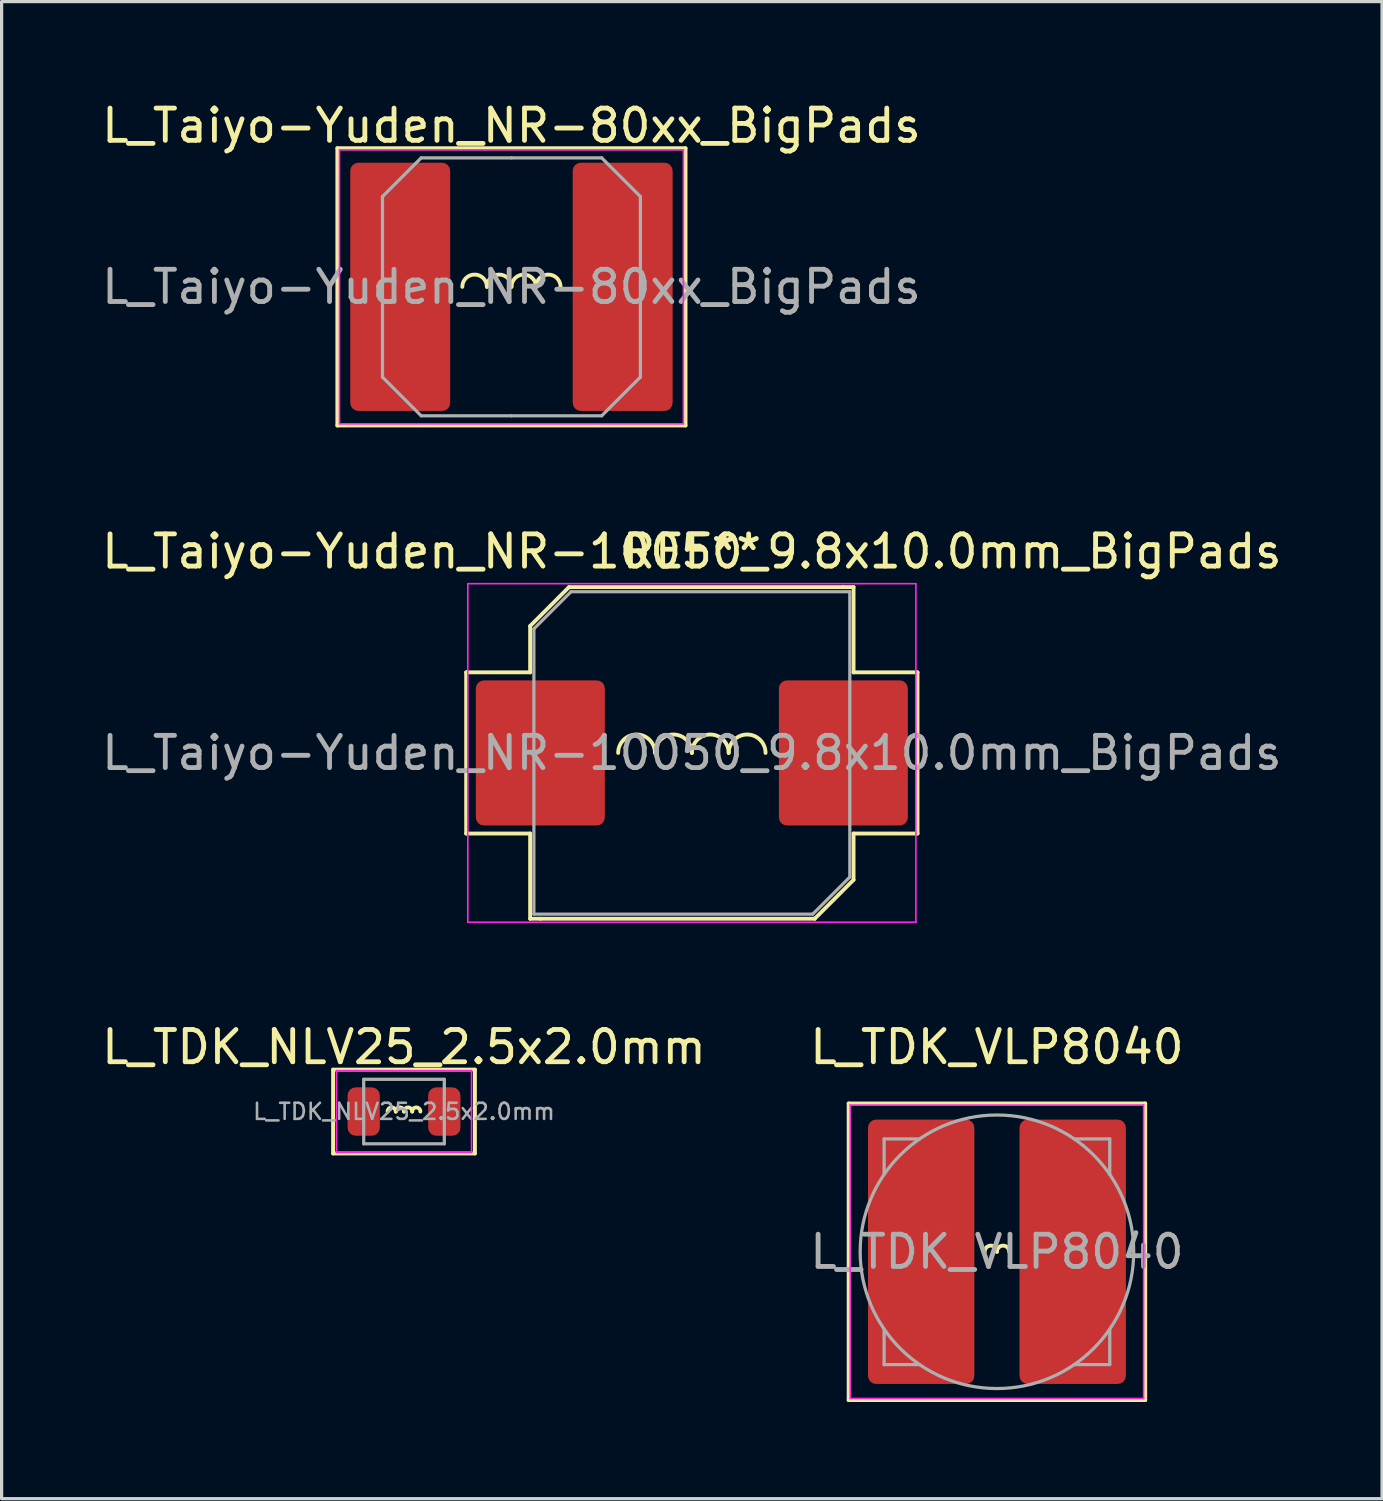
<source format=kicad_pcb>
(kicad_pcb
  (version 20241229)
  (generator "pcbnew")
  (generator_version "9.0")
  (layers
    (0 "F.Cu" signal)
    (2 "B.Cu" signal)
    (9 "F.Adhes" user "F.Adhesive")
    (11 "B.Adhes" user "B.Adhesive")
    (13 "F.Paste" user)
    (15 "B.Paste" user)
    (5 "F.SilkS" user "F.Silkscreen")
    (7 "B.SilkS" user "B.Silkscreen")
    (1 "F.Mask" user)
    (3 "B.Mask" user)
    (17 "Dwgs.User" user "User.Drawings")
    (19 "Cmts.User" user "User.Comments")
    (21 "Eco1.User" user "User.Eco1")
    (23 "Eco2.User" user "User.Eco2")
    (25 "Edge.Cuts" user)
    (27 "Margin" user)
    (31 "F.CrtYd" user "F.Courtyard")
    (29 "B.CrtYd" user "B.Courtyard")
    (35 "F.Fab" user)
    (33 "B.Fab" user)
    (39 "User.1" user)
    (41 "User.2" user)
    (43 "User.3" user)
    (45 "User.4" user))
  (footprint "L_TDK_VLP8040"
    (layer "F.Cu")
    (at 27.875 35.78)
    (property "Reference" "L_TDK_VLP8040" (at 0 -6.35 0) (layer "F.SilkS") (effects (font (size 1 1) (thickness 0.15))))
    (attr smd)
    (fp_line (start -4.6 -4.6) (end -4.6 4.6) (stroke (width 0.12) (type solid)) (layer "F.SilkS"))
    (fp_line (start -4.6 4.6) (end 4.6 4.6) (stroke (width 0.12) (type solid)) (layer "F.SilkS"))
    (fp_line (start 4.6 -4.6) (end -4.6 -4.6) (stroke (width 0.12) (type solid)) (layer "F.SilkS"))
    (fp_line (start 4.6 4.6) (end 4.6 -4.6) (stroke (width 0.12) (type solid)) (layer "F.SilkS"))
    (fp_arc (start -0.381 0) (mid -0.1905 -0.1905) (end 0 0) (stroke (width 0.12) (type solid)) (layer "F.SilkS"))
    (fp_arc (start 0 0) (mid 0.1905 -0.1905) (end 0.381 0) (stroke (width 0.12) (type solid)) (layer "F.SilkS"))
    (fp_line (start -4.55 -4.55) (end -4.55 4.55) (stroke (width 0.05) (type solid)) (layer "F.CrtYd"))
    (fp_line (start -4.55 4.55) (end 4.55 4.55) (stroke (width 0.05) (type solid)) (layer "F.CrtYd"))
    (fp_line (start 4.55 -4.55) (end -4.55 -4.55) (stroke (width 0.05) (type solid)) (layer "F.CrtYd"))
    (fp_line (start 4.55 4.55) (end 4.55 -4.55) (stroke (width 0.05) (type solid)) (layer "F.CrtYd"))
    (fp_line (start -3.5 -3.5) (end -2.4 -3.5) (stroke (width 0.1) (type solid)) (layer "F.Fab"))
    (fp_line (start -3.5 -2.4) (end -3.5 -3.5) (stroke (width 0.1) (type solid)) (layer "F.Fab"))
    (fp_line (start -3.5 2.4) (end -3.5 3.5) (stroke (width 0.1) (type solid)) (layer "F.Fab"))
    (fp_line (start -3.5 3.5) (end -2.4 3.5) (stroke (width 0.1) (type solid)) (layer "F.Fab"))
    (fp_line (start 3.5 -3.5) (end 2.4 -3.5) (stroke (width 0.1) (type solid)) (layer "F.Fab"))
    (fp_line (start 3.5 -3.5) (end 3.5 -2.4) (stroke (width 0.1) (type solid)) (layer "F.Fab"))
    (fp_line (start 3.5 2.4) (end 3.5 3.5) (stroke (width 0.1) (type solid)) (layer "F.Fab"))
    (fp_line (start 3.5 3.5) (end 2.4 3.5) (stroke (width 0.1) (type solid)) (layer "F.Fab"))
    (fp_circle (center 0 0) (end 3 3) (stroke (width 0.1) (type solid)) (fill no) (layer "F.Fab"))
    (fp_text user "${REFERENCE}" (at 0 0 0) (layer "F.Fab") (effects (font (size 1 1) (thickness 0.15))))
    (pad "1" smd roundrect (at -2.35 0) (size 3.3 8.2) (layers "F.Cu" "F.Mask" "F.Paste") (roundrect_rratio 0.076))
    (pad "2" smd roundrect (at 2.35 0) (size 3.3 8.2) (layers "F.Cu" "F.Mask" "F.Paste") (roundrect_rratio 0.076)))
  (footprint "L_Taiyo-Yuden_NR-10050_9.8x10.0mm_BigPads"
    (layer "F.Cu")
    (at 18.411 20.306)
    (property "Reference" "L_Taiyo-Yuden_NR-10050_9.8x10.0mm_BigPads" (at 0 -6.25 0) (layer "F.SilkS") (effects (font (size 1 1) (thickness 0.15))))
    (attr smd)
    (fp_line (start -7 -2.5) (end -7 2.5) (stroke (width 0.12) (type solid)) (layer "F.SilkS"))
    (fp_line (start -7 2.5) (end -5.016 2.5) (stroke (width 0.12) (type solid)) (layer "F.SilkS"))
    (fp_line (start -5.016 -3.937) (end -5.016 -2.5) (stroke (width 0.12) (type solid)) (layer "F.SilkS"))
    (fp_line (start -5.016 -2.5) (end -7 -2.5) (stroke (width 0.12) (type solid)) (layer "F.SilkS"))
    (fp_line (start -5.016 5.144) (end -5.016 2.5) (stroke (width 0.12) (type solid)) (layer "F.SilkS"))
    (fp_line (start -4.699 5.144) (end -5.016 5.144) (stroke (width 0.12) (type solid)) (layer "F.SilkS"))
    (fp_line (start -4.699 5.144) (end 3.81 5.144) (stroke (width 0.12) (type solid)) (layer "F.SilkS"))
    (fp_line (start -3.81 -5.144) (end -5.016 -3.937) (stroke (width 0.12) (type solid)) (layer "F.SilkS"))
    (fp_line (start 3.81 5.144) (end 5.016 3.937) (stroke (width 0.12) (type solid)) (layer "F.SilkS"))
    (fp_line (start 4.699 -5.144) (end -3.81 -5.144) (stroke (width 0.12) (type solid)) (layer "F.SilkS"))
    (fp_line (start 4.699 -5.144) (end 5.016 -5.144) (stroke (width 0.12) (type solid)) (layer "F.SilkS"))
    (fp_line (start 5.016 -5.144) (end 5.016 -2.5) (stroke (width 0.12) (type solid)) (layer "F.SilkS"))
    (fp_line (start 5.016 -2.5) (end 7 -2.5) (stroke (width 0.12) (type solid)) (layer "F.SilkS"))
    (fp_line (start 5.016 3.937) (end 5.016 2.5) (stroke (width 0.12) (type solid)) (layer "F.SilkS"))
    (fp_line (start 7 -2.5) (end 7 2.5) (stroke (width 0.12) (type solid)) (layer "F.SilkS"))
    (fp_line (start 7 2.5) (end 5.016 2.5) (stroke (width 0.12) (type solid)) (layer "F.SilkS"))
    (fp_arc (start -2.286 0) (mid -1.7145 -0.5715) (end -1.143 0) (stroke (width 0.12) (type solid)) (layer "F.SilkS"))
    (fp_arc (start -1.143 0) (mid -0.5715 -0.5715) (end 0 0) (stroke (width 0.12) (type solid)) (layer "F.SilkS"))
    (fp_arc (start 0 0) (mid 0.5715 -0.5715) (end 1.143 0) (stroke (width 0.12) (type solid)) (layer "F.SilkS"))
    (fp_arc (start 1.143 0) (mid 1.7145 -0.5715) (end 2.286 0) (stroke (width 0.12) (type solid)) (layer "F.SilkS"))
    (fp_line (start -6.95 -5.25) (end -6.95 5.25) (stroke (width 0.05) (type solid)) (layer "F.CrtYd"))
    (fp_line (start -6.95 5.25) (end 6.95 5.25) (stroke (width 0.05) (type solid)) (layer "F.CrtYd"))
    (fp_line (start 6.95 -5.25) (end -6.95 -5.25) (stroke (width 0.05) (type solid)) (layer "F.CrtYd"))
    (fp_line (start 6.95 5.25) (end 6.95 -5.25) (stroke (width 0.05) (type solid)) (layer "F.CrtYd"))
    (fp_line (start -4.9 -3.85) (end -4.9 5) (stroke (width 0.1) (type solid)) (layer "F.Fab"))
    (fp_line (start -4.9 -3.85) (end -3.75 -5) (stroke (width 0.1) (type solid)) (layer "F.Fab"))
    (fp_line (start -4.9 5) (end 3.75 5) (stroke (width 0.1) (type solid)) (layer "F.Fab"))
    (fp_line (start 3.75 5) (end 4.9 3.85) (stroke (width 0.1) (type solid)) (layer "F.Fab"))
    (fp_line (start 4.9 -5) (end -3.75 -5) (stroke (width 0.1) (type solid)) (layer "F.Fab"))
    (fp_line (start 4.9 3.85) (end 4.9 -5) (stroke (width 0.1) (type solid)) (layer "F.Fab"))
    (fp_text user "REF**" (at 0 -6.25 0) (layer "F.SilkS") (effects (font (size 1 1) (thickness 0.15))))
    (fp_text user "${REFERENCE}" (at 0 0 0) (layer "F.Fab") (effects (font (size 1 1) (thickness 0.15))))
    (pad "1" smd roundrect (at -4.7 0) (size 4 4.5) (layers "F.Cu" "F.Mask" "F.Paste") (roundrect_rratio 0.062))
    (pad "2" smd roundrect (at 4.7 0) (size 4 4.5) (layers "F.Cu" "F.Mask" "F.Paste") (roundrect_rratio 0.062)))
  (footprint "L_Taiyo-Yuden_NR-80xx_BigPads"
    (layer "F.Cu")
    (at 12.815 5.848)
    (property "Reference" "L_Taiyo-Yuden_NR-80xx_BigPads" (at 0 -5 0) (layer "F.SilkS") (effects (font (size 1 1) (thickness 0.15))))
    (attr smd)
    (fp_line (start -5.4 -4.3) (end -5.4 4.3) (stroke (width 0.12) (type solid)) (layer "F.SilkS"))
    (fp_line (start -5.4 4.3) (end 5.4 4.3) (stroke (width 0.12) (type solid)) (layer "F.SilkS"))
    (fp_line (start 5.4 -4.3) (end -5.4 -4.3) (stroke (width 0.12) (type solid)) (layer "F.SilkS"))
    (fp_line (start 5.4 4.3) (end 5.4 -4.3) (stroke (width 0.12) (type solid)) (layer "F.SilkS"))
    (fp_arc (start -1.524 0) (mid -1.143 -0.381) (end -0.762 0) (stroke (width 0.12) (type solid)) (layer "F.SilkS"))
    (fp_arc (start -0.762 0) (mid -0.381 -0.381) (end 0 0) (stroke (width 0.12) (type solid)) (layer "F.SilkS"))
    (fp_arc (start 0 0) (mid 0.381 -0.381) (end 0.762 0) (stroke (width 0.12) (type solid)) (layer "F.SilkS"))
    (fp_arc (start 0.762 0) (mid 1.143 -0.381) (end 1.524 0) (stroke (width 0.12) (type solid)) (layer "F.SilkS"))
    (fp_line (start -5.334 -4.25) (end -5.334 4.25) (stroke (width 0.05) (type solid)) (layer "F.CrtYd"))
    (fp_line (start -5.334 4.25) (end 5.334 4.25) (stroke (width 0.05) (type solid)) (layer "F.CrtYd"))
    (fp_line (start 5.334 -4.25) (end -5.334 -4.25) (stroke (width 0.05) (type solid)) (layer "F.CrtYd"))
    (fp_line (start 5.334 4.25) (end 5.334 -4.25) (stroke (width 0.05) (type solid)) (layer "F.CrtYd"))
    (fp_line (start -4 -2.8) (end -2.8 -4) (stroke (width 0.1) (type solid)) (layer "F.Fab"))
    (fp_line (start -4 0) (end -4 -2.8) (stroke (width 0.1) (type solid)) (layer "F.Fab"))
    (fp_line (start -4 0) (end -4 2.8) (stroke (width 0.1) (type solid)) (layer "F.Fab"))
    (fp_line (start -4 2.8) (end -2.8 4) (stroke (width 0.1) (type solid)) (layer "F.Fab"))
    (fp_line (start -2.8 -4) (end 0 -4) (stroke (width 0.1) (type solid)) (layer "F.Fab"))
    (fp_line (start -2.8 4) (end 0 4) (stroke (width 0.1) (type solid)) (layer "F.Fab"))
    (fp_line (start 2.8 -4) (end 0 -4) (stroke (width 0.1) (type solid)) (layer "F.Fab"))
    (fp_line (start 2.8 4) (end 0 4) (stroke (width 0.1) (type solid)) (layer "F.Fab"))
    (fp_line (start 4 -2.8) (end 2.8 -4) (stroke (width 0.1) (type solid)) (layer "F.Fab"))
    (fp_line (start 4 0) (end 4 -2.8) (stroke (width 0.1) (type solid)) (layer "F.Fab"))
    (fp_line (start 4 0) (end 4 2.8) (stroke (width 0.1) (type solid)) (layer "F.Fab"))
    (fp_line (start 4 2.8) (end 2.8 4) (stroke (width 0.1) (type solid)) (layer "F.Fab"))
    (fp_text user "${REFERENCE}" (at 0 0 0) (layer "F.Fab") (effects (font (size 1 1) (thickness 0.15))))
    (pad "1" smd roundrect (at -3.45 0) (size 3.1 7.7) (layers "F.Cu" "F.Mask" "F.Paste") (roundrect_rratio 0.081))
    (pad "2" smd roundrect (at 3.45 0) (size 3.1 7.7) (layers "F.Cu" "F.Mask" "F.Paste") (roundrect_rratio 0.081)))
  (footprint "L_TDK_NLV25_2.5x2.0mm"
    (layer "F.Cu")
    (at 9.482 31.43)
    (property "Reference" "L_TDK_NLV25_2.5x2.0mm" (at 0 -2 0) (layer "F.SilkS") (effects (font (size 1 1) (thickness 0.15))))
    (attr smd)
    (fp_line (start -2.2 -1.3) (end -2.2 1.3) (stroke (width 0.12) (type solid)) (layer "F.SilkS"))
    (fp_line (start -2.2 1.3) (end 2.2 1.3) (stroke (width 0.12) (type solid)) (layer "F.SilkS"))
    (fp_line (start 2.2 -1.3) (end -2.2 -1.3) (stroke (width 0.12) (type solid)) (layer "F.SilkS"))
    (fp_line (start 2.2 1.3) (end 2.2 -1.3) (stroke (width 0.12) (type solid)) (layer "F.SilkS"))
    (fp_arc (start -0.508 0) (mid -0.381 -0.127) (end -0.254 0) (stroke (width 0.12) (type solid)) (layer "F.SilkS"))
    (fp_arc (start -0.254 0) (mid -0.127 -0.127) (end 0 0) (stroke (width 0.12) (type solid)) (layer "F.SilkS"))
    (fp_arc (start 0 0) (mid 0.127 -0.127) (end 0.254 0) (stroke (width 0.12) (type solid)) (layer "F.SilkS"))
    (fp_arc (start 0.254 0) (mid 0.381 -0.127) (end 0.508 0) (stroke (width 0.12) (type solid)) (layer "F.SilkS"))
    (fp_line (start -2.095 -1.27) (end 2.095 -1.27) (stroke (width 0.05) (type solid)) (layer "F.CrtYd"))
    (fp_line (start -2.095 1.27) (end -2.095 -1.27) (stroke (width 0.05) (type solid)) (layer "F.CrtYd"))
    (fp_line (start 2.095 -1.27) (end 2.095 1.27) (stroke (width 0.05) (type solid)) (layer "F.CrtYd"))
    (fp_line (start 2.095 1.27) (end -2.095 1.27) (stroke (width 0.05) (type solid)) (layer "F.CrtYd"))
    (fp_line (start -1.25 -1) (end 1.25 -1) (stroke (width 0.1) (type solid)) (layer "F.Fab"))
    (fp_line (start -1.25 1) (end -1.25 -1) (stroke (width 0.1) (type solid)) (layer "F.Fab"))
    (fp_line (start 1.25 -1) (end 1.25 1) (stroke (width 0.1) (type solid)) (layer "F.Fab"))
    (fp_line (start 1.25 1) (end -1.25 1) (stroke (width 0.1) (type solid)) (layer "F.Fab"))
    (fp_text user "${REFERENCE}" (at 0 0 0) (layer "F.Fab") (effects (font (size 0.5 0.5) (thickness 0.08))))
    (pad "1" smd roundrect (at -1.25 0) (size 1 1.5) (layers "F.Cu" "F.Mask" "F.Paste") (roundrect_rratio 0.25))
    (pad "2" smd roundrect (at 1.25 0) (size 1 1.5) (layers "F.Cu" "F.Mask" "F.Paste") (roundrect_rratio 0.25)))
  (gr_rect
    (start -3 -3)
    (end 39.821 43.44)
    (stroke (width 0.1) (type default))
    (fill no)
    (layer "Edge.Cuts")))
</source>
